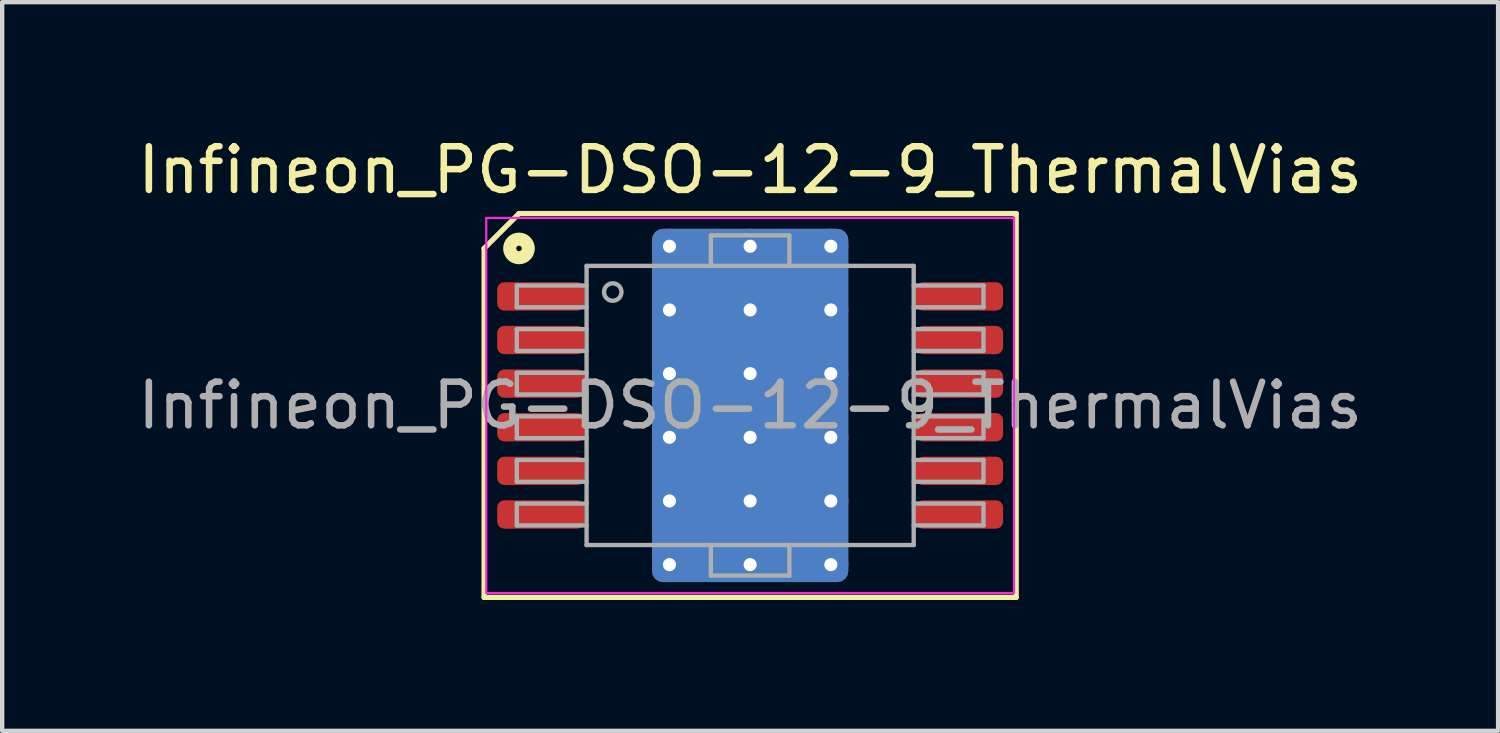
<source format=kicad_pcb>
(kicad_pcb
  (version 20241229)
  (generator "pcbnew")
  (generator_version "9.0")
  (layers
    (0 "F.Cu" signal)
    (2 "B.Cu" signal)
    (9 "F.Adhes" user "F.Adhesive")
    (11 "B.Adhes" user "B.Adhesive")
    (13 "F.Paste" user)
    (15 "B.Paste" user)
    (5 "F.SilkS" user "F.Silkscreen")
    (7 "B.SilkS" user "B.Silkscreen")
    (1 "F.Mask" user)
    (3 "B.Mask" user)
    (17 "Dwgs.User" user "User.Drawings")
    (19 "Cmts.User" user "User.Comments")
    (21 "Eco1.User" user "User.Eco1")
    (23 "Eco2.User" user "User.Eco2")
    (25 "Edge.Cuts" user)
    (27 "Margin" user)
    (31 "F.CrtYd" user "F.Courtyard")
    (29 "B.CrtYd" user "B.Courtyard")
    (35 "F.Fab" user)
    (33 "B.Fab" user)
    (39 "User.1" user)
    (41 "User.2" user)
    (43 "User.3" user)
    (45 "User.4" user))
  (footprint "Infineon_PG-DSO-12-9_ThermalVias"
    (layer "F.Cu")
    (at 14.149 6.246)
    (property "Reference" "Infineon_PG-DSO-12-9_ThermalVias" (at 0 -5.397 0) (layer "F.SilkS") (effects (font (size 1 1) (thickness 0.15))))
    (attr smd)
    (fp_line (start -6.1 -3.6) (end -6.1 4.4) (stroke (width 0.12) (type solid)) (layer "F.SilkS"))
    (fp_line (start -6.1 -3.6) (end -5.3 -4.4) (stroke (width 0.12) (type solid)) (layer "F.SilkS"))
    (fp_line (start -6.1 4.4) (end 6.1 4.4) (stroke (width 0.12) (type solid)) (layer "F.SilkS"))
    (fp_line (start 6.1 -4.4) (end -5.3 -4.4) (stroke (width 0.12) (type solid)) (layer "F.SilkS"))
    (fp_line (start 6.1 4.4) (end 6.1 -4.4) (stroke (width 0.12) (type solid)) (layer "F.SilkS"))
    (fp_circle (center -5.3 -3.6) (end -5.237 -3.6) (stroke (width 0.3) (type solid)) (fill no) (layer "F.SilkS"))
    (fp_line (start -6.05 -4.3) (end 6.05 -4.3) (stroke (width 0.05) (type solid)) (layer "F.CrtYd"))
    (fp_line (start -6.05 4.3) (end -6.05 -4.3) (stroke (width 0.05) (type solid)) (layer "F.CrtYd"))
    (fp_line (start 6.05 -4.3) (end 6.05 4.3) (stroke (width 0.05) (type solid)) (layer "F.CrtYd"))
    (fp_line (start 6.05 4.3) (end -6.05 4.3) (stroke (width 0.05) (type solid)) (layer "F.CrtYd"))
    (fp_line (start -5.35 -2.75) (end -5.35 -2.25) (stroke (width 0.1) (type solid)) (layer "F.Fab"))
    (fp_line (start -5.35 -2.75) (end -3.75 -2.75) (stroke (width 0.1) (type solid)) (layer "F.Fab"))
    (fp_line (start -5.35 -2.25) (end -3.75 -2.25) (stroke (width 0.1) (type solid)) (layer "F.Fab"))
    (fp_line (start -5.35 -1.75) (end -5.35 -1.25) (stroke (width 0.1) (type solid)) (layer "F.Fab"))
    (fp_line (start -5.35 -1.75) (end -3.75 -1.75) (stroke (width 0.1) (type solid)) (layer "F.Fab"))
    (fp_line (start -5.35 -1.25) (end -3.75 -1.25) (stroke (width 0.1) (type solid)) (layer "F.Fab"))
    (fp_line (start -5.35 -0.75) (end -5.35 -0.25) (stroke (width 0.1) (type solid)) (layer "F.Fab"))
    (fp_line (start -5.35 -0.75) (end -3.75 -0.75) (stroke (width 0.1) (type solid)) (layer "F.Fab"))
    (fp_line (start -5.35 -0.25) (end -3.75 -0.25) (stroke (width 0.1) (type solid)) (layer "F.Fab"))
    (fp_line (start -5.35 0.25) (end -5.35 0.75) (stroke (width 0.1) (type solid)) (layer "F.Fab"))
    (fp_line (start -5.35 0.25) (end -3.75 0.25) (stroke (width 0.1) (type solid)) (layer "F.Fab"))
    (fp_line (start -5.35 0.75) (end -3.75 0.75) (stroke (width 0.1) (type solid)) (layer "F.Fab"))
    (fp_line (start -5.35 1.25) (end -5.35 1.75) (stroke (width 0.1) (type solid)) (layer "F.Fab"))
    (fp_line (start -5.35 1.25) (end -3.75 1.25) (stroke (width 0.1) (type solid)) (layer "F.Fab"))
    (fp_line (start -5.35 1.75) (end -3.75 1.75) (stroke (width 0.1) (type solid)) (layer "F.Fab"))
    (fp_line (start -5.35 2.25) (end -5.35 2.75) (stroke (width 0.1) (type solid)) (layer "F.Fab"))
    (fp_line (start -5.35 2.25) (end -3.75 2.25) (stroke (width 0.1) (type solid)) (layer "F.Fab"))
    (fp_line (start -5.35 2.75) (end -3.75 2.75) (stroke (width 0.1) (type solid)) (layer "F.Fab"))
    (fp_line (start -3.75 -3.2) (end -0.9 -3.2) (stroke (width 0.1) (type solid)) (layer "F.Fab"))
    (fp_line (start -3.75 3.2) (end -3.75 -3.2) (stroke (width 0.1) (type solid)) (layer "F.Fab"))
    (fp_line (start -0.9 -3.9) (end 0.9 -3.9) (stroke (width 0.1) (type solid)) (layer "F.Fab"))
    (fp_line (start -0.9 -3.2) (end -0.9 -3.9) (stroke (width 0.1) (type solid)) (layer "F.Fab"))
    (fp_line (start -0.9 -3.2) (end 0.9 -3.2) (stroke (width 0.1) (type solid)) (layer "F.Fab"))
    (fp_line (start -0.9 3.2) (end -3.75 3.2) (stroke (width 0.1) (type solid)) (layer "F.Fab"))
    (fp_line (start -0.9 3.2) (end 0.9 3.2) (stroke (width 0.1) (type solid)) (layer "F.Fab"))
    (fp_line (start -0.9 3.9) (end -0.9 3.2) (stroke (width 0.1) (type solid)) (layer "F.Fab"))
    (fp_line (start 0.9 -3.9) (end 0.9 -3.2) (stroke (width 0.1) (type solid)) (layer "F.Fab"))
    (fp_line (start 0.9 -3.2) (end 3.75 -3.2) (stroke (width 0.1) (type solid)) (layer "F.Fab"))
    (fp_line (start 0.9 3.2) (end 0.9 3.9) (stroke (width 0.1) (type solid)) (layer "F.Fab"))
    (fp_line (start 0.9 3.9) (end -0.9 3.9) (stroke (width 0.1) (type solid)) (layer "F.Fab"))
    (fp_line (start 3.75 -3.2) (end 3.75 3.2) (stroke (width 0.1) (type solid)) (layer "F.Fab"))
    (fp_line (start 3.75 3.2) (end 0.9 3.2) (stroke (width 0.1) (type solid)) (layer "F.Fab"))
    (fp_line (start 5.35 -2.75) (end 3.75 -2.75) (stroke (width 0.1) (type solid)) (layer "F.Fab"))
    (fp_line (start 5.35 -2.25) (end 3.75 -2.25) (stroke (width 0.1) (type solid)) (layer "F.Fab"))
    (fp_line (start 5.35 -2.25) (end 5.35 -2.75) (stroke (width 0.1) (type solid)) (layer "F.Fab"))
    (fp_line (start 5.35 -1.75) (end 3.75 -1.75) (stroke (width 0.1) (type solid)) (layer "F.Fab"))
    (fp_line (start 5.35 -1.25) (end 3.75 -1.25) (stroke (width 0.1) (type solid)) (layer "F.Fab"))
    (fp_line (start 5.35 -1.25) (end 5.35 -1.75) (stroke (width 0.1) (type solid)) (layer "F.Fab"))
    (fp_line (start 5.35 -0.75) (end 3.75 -0.75) (stroke (width 0.1) (type solid)) (layer "F.Fab"))
    (fp_line (start 5.35 -0.25) (end 3.75 -0.25) (stroke (width 0.1) (type solid)) (layer "F.Fab"))
    (fp_line (start 5.35 -0.25) (end 5.35 -0.75) (stroke (width 0.1) (type solid)) (layer "F.Fab"))
    (fp_line (start 5.35 0.25) (end 3.75 0.25) (stroke (width 0.1) (type solid)) (layer "F.Fab"))
    (fp_line (start 5.35 0.75) (end 3.75 0.75) (stroke (width 0.1) (type solid)) (layer "F.Fab"))
    (fp_line (start 5.35 0.75) (end 5.35 0.25) (stroke (width 0.1) (type solid)) (layer "F.Fab"))
    (fp_line (start 5.35 1.25) (end 3.75 1.25) (stroke (width 0.1) (type solid)) (layer "F.Fab"))
    (fp_line (start 5.35 1.75) (end 3.75 1.75) (stroke (width 0.1) (type solid)) (layer "F.Fab"))
    (fp_line (start 5.35 1.75) (end 5.35 1.25) (stroke (width 0.1) (type solid)) (layer "F.Fab"))
    (fp_line (start 5.35 2.25) (end 3.75 2.25) (stroke (width 0.1) (type solid)) (layer "F.Fab"))
    (fp_line (start 5.35 2.75) (end 3.75 2.75) (stroke (width 0.1) (type solid)) (layer "F.Fab"))
    (fp_line (start 5.35 2.75) (end 5.35 2.25) (stroke (width 0.1) (type solid)) (layer "F.Fab"))
    (fp_circle (center -3.15 -2.6) (end -2.95 -2.6) (stroke (width 0.1) (type solid)) (fill no) (layer "F.Fab"))
    (fp_text user "${REFERENCE}" (at 0 0 0) (layer "F.Fab") (effects (font (size 1 1) (thickness 0.15))))
    (pad "" smd roundrect (at -0.925 -2.92) (size 1.55 1.16) (layers "F.Paste") (roundrect_rratio 0.216))
    (pad "" smd roundrect (at -0.925 -1.46) (size 1.55 1.16) (layers "F.Paste") (roundrect_rratio 0.216))
    (pad "" smd roundrect (at -0.925 0) (size 1.55 1.16) (layers "F.Paste") (roundrect_rratio 0.216))
    (pad "" smd roundrect (at -0.925 1.46) (size 1.55 1.16) (layers "F.Paste") (roundrect_rratio 0.216))
    (pad "" smd roundrect (at -0.925 2.92) (size 1.55 1.16) (layers "F.Paste") (roundrect_rratio 0.216))
    (pad "" smd roundrect (at 0.925 -2.92) (size 1.55 1.16) (layers "F.Paste") (roundrect_rratio 0.216))
    (pad "" smd roundrect (at 0.925 -1.46) (size 1.55 1.16) (layers "F.Paste") (roundrect_rratio 0.216))
    (pad "" smd roundrect (at 0.925 0) (size 1.55 1.16) (layers "F.Paste") (roundrect_rratio 0.216))
    (pad "" smd roundrect (at 0.925 1.46) (size 1.55 1.16) (layers "F.Paste") (roundrect_rratio 0.216))
    (pad "" smd roundrect (at 0.925 2.92) (size 1.55 1.16) (layers "F.Paste") (roundrect_rratio 0.216))
    (pad "1" smd roundrect (at -4.8 -2.5) (size 2 0.65) (layers "F.Cu" "F.Mask" "F.Paste") (roundrect_rratio 0.25))
    (pad "2" smd roundrect (at -4.8 -1.5) (size 2 0.65) (layers "F.Cu" "F.Mask" "F.Paste") (roundrect_rratio 0.25))
    (pad "3" smd roundrect (at -4.8 -0.5) (size 2 0.65) (layers "F.Cu" "F.Mask" "F.Paste") (roundrect_rratio 0.25))
    (pad "4" smd roundrect (at -4.8 0.5) (size 2 0.65) (layers "F.Cu" "F.Mask" "F.Paste") (roundrect_rratio 0.25))
    (pad "5" smd roundrect (at -4.8 1.5) (size 2 0.65) (layers "F.Cu" "F.Mask" "F.Paste") (roundrect_rratio 0.25))
    (pad "6" smd roundrect (at -4.8 2.5) (size 2 0.65) (layers "F.Cu" "F.Mask" "F.Paste") (roundrect_rratio 0.25))
    (pad "7" smd roundrect (at 4.8 2.5) (size 2 0.65) (layers "F.Cu" "F.Mask" "F.Paste") (roundrect_rratio 0.25))
    (pad "8" smd roundrect (at 4.8 1.5) (size 2 0.65) (layers "F.Cu" "F.Mask" "F.Paste") (roundrect_rratio 0.25))
    (pad "9" smd roundrect (at 4.8 0.5) (size 2 0.65) (layers "F.Cu" "F.Mask" "F.Paste") (roundrect_rratio 0.25))
    (pad "10" smd roundrect (at 4.8 -0.5) (size 2 0.65) (layers "F.Cu" "F.Mask" "F.Paste") (roundrect_rratio 0.25))
    (pad "11" smd roundrect (at 4.8 -1.5) (size 2 0.65) (layers "F.Cu" "F.Mask" "F.Paste") (roundrect_rratio 0.25))
    (pad "12" smd roundrect (at 4.8 -2.5) (size 2 0.65) (layers "F.Cu" "F.Mask" "F.Paste") (roundrect_rratio 0.25))
    (pad "13" thru_hole circle (at -1.85 -3.65) (size 0.8 0.8) (drill 0.3) (property pad_prop_heatsink) (layers "*.Cu"))
    (pad "13" thru_hole circle (at -1.85 -2.19) (size 0.8 0.8) (drill 0.3) (property pad_prop_heatsink) (layers "*.Cu"))
    (pad "13" thru_hole circle (at -1.85 -0.73) (size 0.8 0.8) (drill 0.3) (property pad_prop_heatsink) (layers "*.Cu"))
    (pad "13" thru_hole circle (at -1.85 0.73) (size 0.8 0.8) (drill 0.3) (property pad_prop_heatsink) (layers "*.Cu"))
    (pad "13" thru_hole circle (at -1.85 2.19) (size 0.8 0.8) (drill 0.3) (property pad_prop_heatsink) (layers "*.Cu"))
    (pad "13" thru_hole circle (at -1.85 3.65) (size 0.8 0.8) (drill 0.3) (property pad_prop_heatsink) (layers "*.Cu"))
    (pad "13" thru_hole circle (at 0 -3.65) (size 0.8 0.8) (drill 0.3) (property pad_prop_heatsink) (layers "*.Cu"))
    (pad "13" thru_hole circle (at 0 -2.19) (size 0.8 0.8) (drill 0.3) (property pad_prop_heatsink) (layers "*.Cu"))
    (pad "13" thru_hole circle (at 0 -0.73) (size 0.8 0.8) (drill 0.3) (property pad_prop_heatsink) (layers "*.Cu"))
    (pad "13" smd roundrect (at 0 0) (size 4.5 8.1) (layers "F.Cu" "F.Mask") (roundrect_rratio 0.056))
    (pad "13" smd roundrect (at 0 0) (size 4.5 8.1) (layers "B.Cu" "B.Mask") (roundrect_rratio 0.056))
    (pad "13" thru_hole circle (at 0 0.73) (size 0.8 0.8) (drill 0.3) (property pad_prop_heatsink) (layers "*.Cu"))
    (pad "13" thru_hole circle (at 0 2.19) (size 0.8 0.8) (drill 0.3) (property pad_prop_heatsink) (layers "*.Cu"))
    (pad "13" thru_hole circle (at 0 3.65) (size 0.8 0.8) (drill 0.3) (property pad_prop_heatsink) (layers "*.Cu"))
    (pad "13" thru_hole circle (at 1.85 -3.65) (size 0.8 0.8) (drill 0.3) (property pad_prop_heatsink) (layers "*.Cu"))
    (pad "13" thru_hole circle (at 1.85 -2.19) (size 0.8 0.8) (drill 0.3) (property pad_prop_heatsink) (layers "*.Cu"))
    (pad "13" thru_hole circle (at 1.85 -0.73) (size 0.8 0.8) (drill 0.3) (property pad_prop_heatsink) (layers "*.Cu"))
    (pad "13" thru_hole circle (at 1.85 0.73) (size 0.8 0.8) (drill 0.3) (property pad_prop_heatsink) (layers "*.Cu"))
    (pad "13" thru_hole circle (at 1.85 2.19) (size 0.8 0.8) (drill 0.3) (property pad_prop_heatsink) (layers "*.Cu"))
    (pad "13" thru_hole circle (at 1.85 3.65) (size 0.8 0.8) (drill 0.3) (property pad_prop_heatsink) (layers "*.Cu")))
  (gr_rect
    (start -3 -3)
    (end 31.298 13.706)
    (stroke (width 0.1) (type default))
    (fill no)
    (layer "Edge.Cuts")))
</source>
